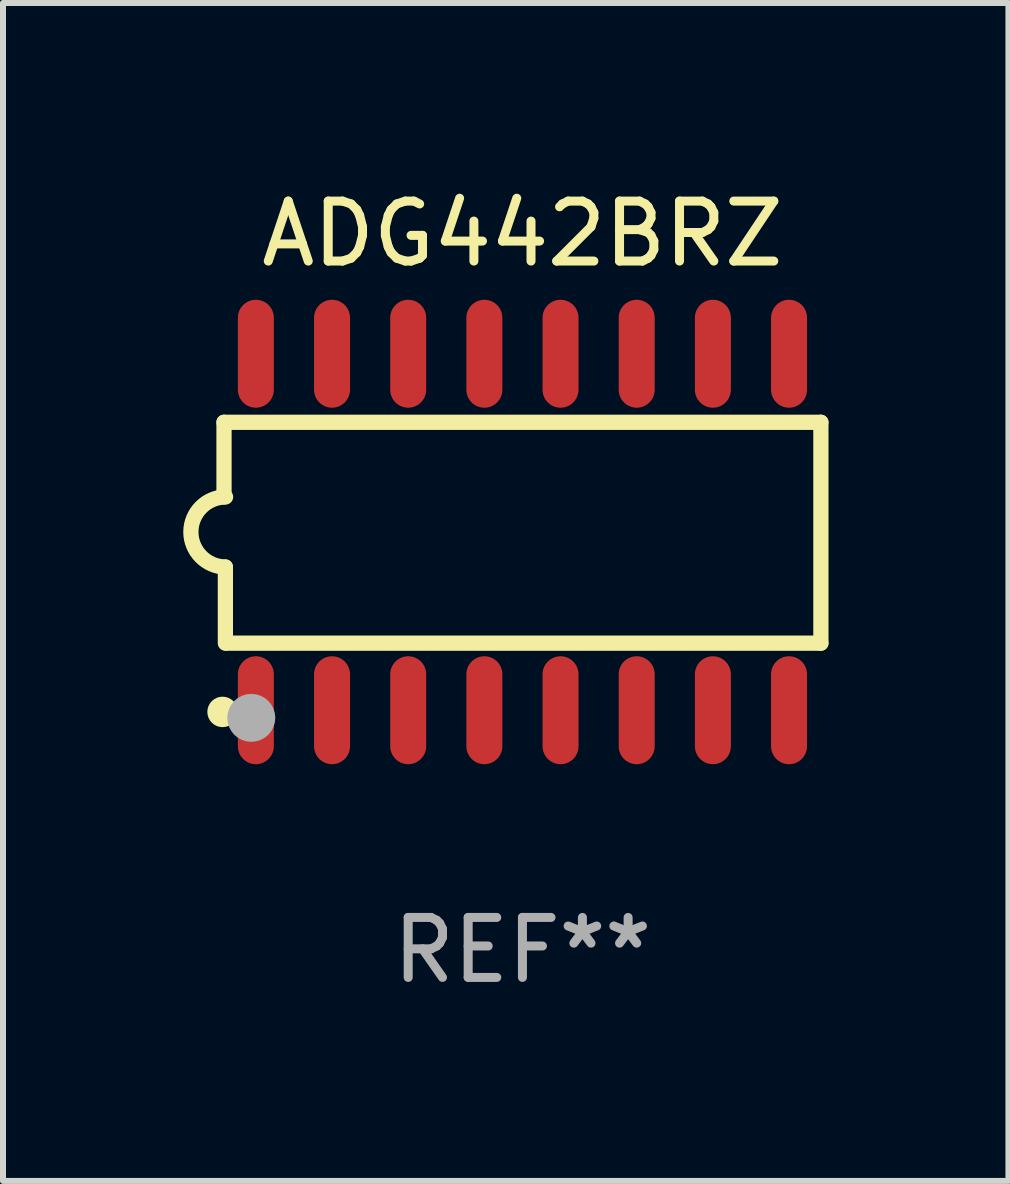
<source format=kicad_pcb>
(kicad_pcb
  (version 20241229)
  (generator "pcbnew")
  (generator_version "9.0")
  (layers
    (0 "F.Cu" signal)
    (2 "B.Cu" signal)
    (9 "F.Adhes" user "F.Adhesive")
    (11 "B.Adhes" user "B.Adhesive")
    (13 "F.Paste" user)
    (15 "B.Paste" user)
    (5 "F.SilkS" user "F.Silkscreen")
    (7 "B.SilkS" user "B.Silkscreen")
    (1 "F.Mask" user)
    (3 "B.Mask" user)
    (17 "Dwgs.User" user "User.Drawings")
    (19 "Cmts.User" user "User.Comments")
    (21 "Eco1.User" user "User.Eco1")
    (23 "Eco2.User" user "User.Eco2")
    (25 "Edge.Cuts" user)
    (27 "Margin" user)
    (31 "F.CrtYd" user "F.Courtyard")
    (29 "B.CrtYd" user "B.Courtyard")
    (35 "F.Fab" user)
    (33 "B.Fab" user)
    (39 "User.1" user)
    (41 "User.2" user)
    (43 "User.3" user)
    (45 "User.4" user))
  (footprint "ADG442BRZ"
    (layer "F.Cu")
    (at 5.661 5.82)
    (property "Reference" "ADG442BRZ" (at 0 -4.972 0) (layer "F.SilkS") (effects (font (size 1 1) (thickness 0.15))))
    (attr through_hole)
    (fp_line (start -4.976 -1.829) (end -4.976 -0.584) (stroke (width 0.254) (type solid)) (layer "F.SilkS"))
    (fp_line (start -4.953 0.584) (end -4.953 1.854) (stroke (width 0.254) (type solid)) (layer "F.SilkS"))
    (fp_line (start -4.928 1.854) (end 4.976 1.854) (stroke (width 0.254) (type solid)) (layer "F.SilkS"))
    (fp_line (start 4.976 -1.829) (end -4.976 -1.829) (stroke (width 0.254) (type solid)) (layer "F.SilkS"))
    (fp_line (start 4.976 1.854) (end 4.976 -1.829) (stroke (width 0.254) (type solid)) (layer "F.SilkS"))
    (fp_arc (start -4.95301 0.584201) (mid -5.533866 -0.00152) (end -4.950088 -0.584329) (stroke (width 0.254001) (type solid)) (layer "F.SilkS"))
    (fp_circle (center -5 3) (end -4.873 3) (stroke (width 0.254) (type solid)) (fill no) (layer "F.SilkS"))
    (fp_circle (center -4.521 3.099) (end -4.321 3.099) (stroke (width 0.4) (type solid)) (fill no) (layer "F.Fab"))
    (fp_text user "REF**" (at 0 6.972 0) (layer "F.Fab") (effects (font (size 1 1) (thickness 0.15))))
    (pad "1" smd oval (at -4.445 2.972 180) (size 0.6 1.8) (layers "F.Cu" "F.Mask" "F.Paste"))
    (pad "2" smd oval (at -3.175 2.972 180) (size 0.6 1.8) (layers "F.Cu" "F.Mask" "F.Paste"))
    (pad "3" smd oval (at -1.905 2.972 180) (size 0.6 1.8) (layers "F.Cu" "F.Mask" "F.Paste"))
    (pad "4" smd oval (at -0.635 2.972 180) (size 0.6 1.8) (layers "F.Cu" "F.Mask" "F.Paste"))
    (pad "5" smd oval (at 0.635 2.972 180) (size 0.6 1.8) (layers "F.Cu" "F.Mask" "F.Paste"))
    (pad "6" smd oval (at 1.905 2.972 180) (size 0.6 1.8) (layers "F.Cu" "F.Mask" "F.Paste"))
    (pad "7" smd oval (at 3.175 2.972 180) (size 0.6 1.8) (layers "F.Cu" "F.Mask" "F.Paste"))
    (pad "8" smd oval (at 4.445 2.972 180) (size 0.6 1.8) (layers "F.Cu" "F.Mask" "F.Paste"))
    (pad "9" smd oval (at 4.445 -2.972 180) (size 0.6 1.8) (layers "F.Cu" "F.Mask" "F.Paste"))
    (pad "10" smd oval (at 3.175 -2.972 180) (size 0.6 1.8) (layers "F.Cu" "F.Mask" "F.Paste"))
    (pad "11" smd oval (at 1.905 -2.972 180) (size 0.6 1.8) (layers "F.Cu" "F.Mask" "F.Paste"))
    (pad "12" smd oval (at 0.635 -2.972 180) (size 0.6 1.8) (layers "F.Cu" "F.Mask" "F.Paste"))
    (pad "13" smd oval (at -0.635 -2.972 180) (size 0.6 1.8) (layers "F.Cu" "F.Mask" "F.Paste"))
    (pad "14" smd oval (at -1.905 -2.972 180) (size 0.6 1.8) (layers "F.Cu" "F.Mask" "F.Paste"))
    (pad "15" smd oval (at -3.175 -2.972 180) (size 0.6 1.8) (layers "F.Cu" "F.Mask" "F.Paste"))
    (pad "16" smd oval (at -4.445 -2.972 180) (size 0.6 1.8) (layers "F.Cu" "F.Mask" "F.Paste")))
  (gr_rect
    (start -3 -3)
    (end 13.764 16.64)
    (stroke (width 0.1) (type default))
    (fill no)
    (layer "Edge.Cuts")))
</source>
